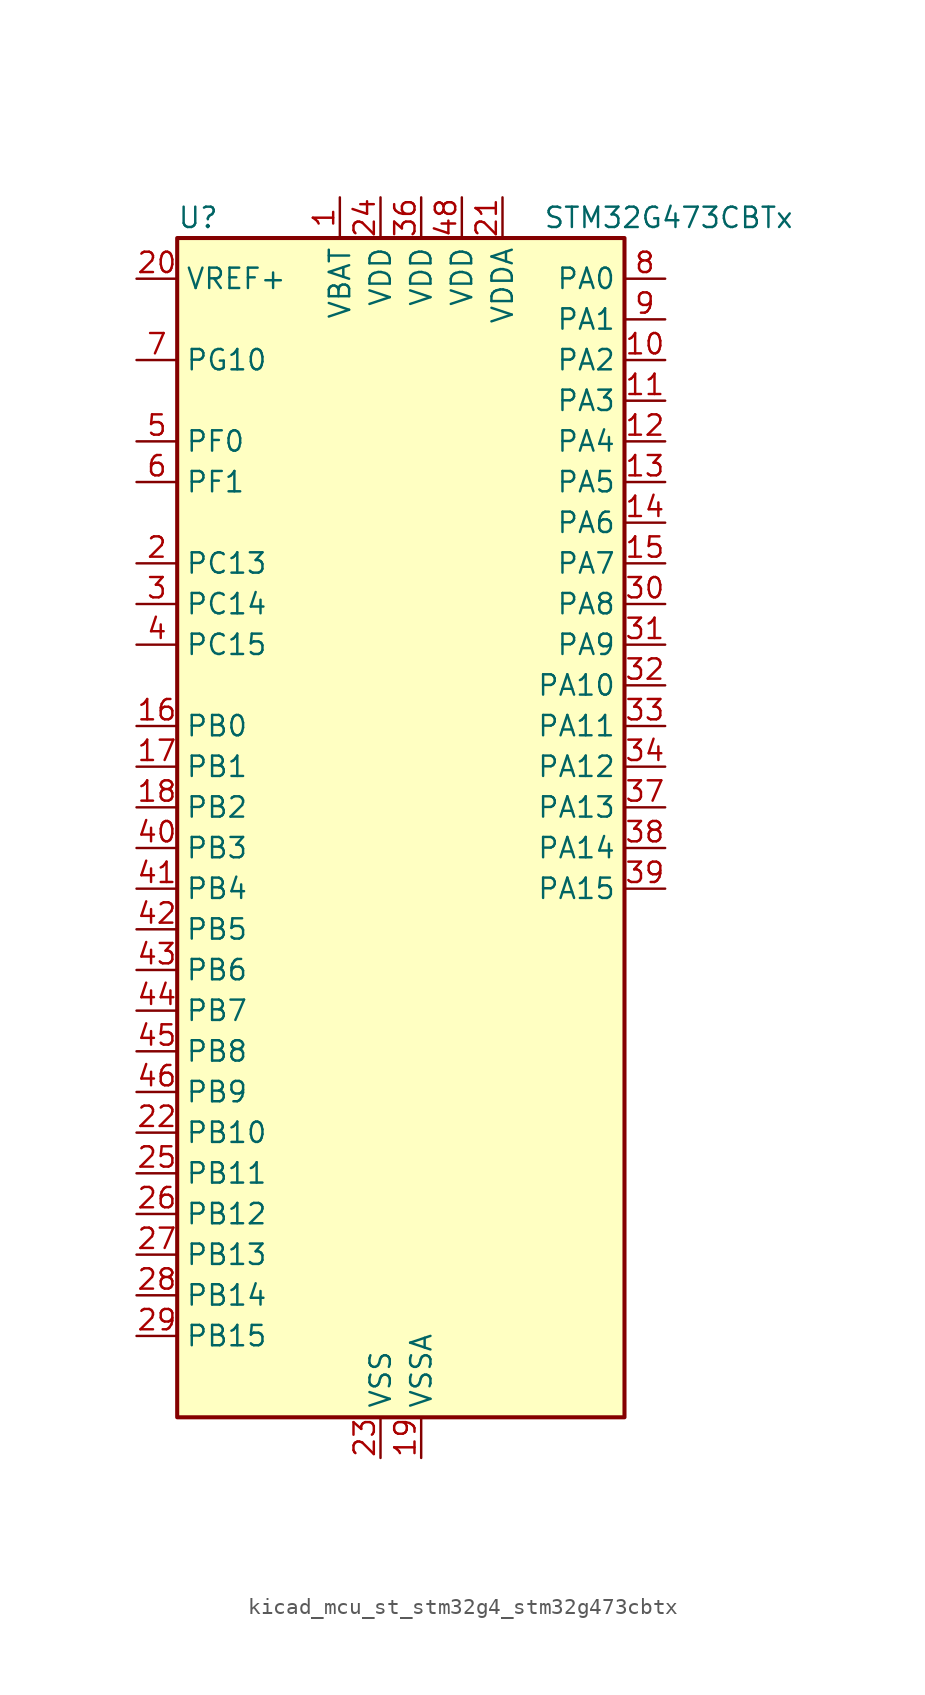
<source format=kicad_sym>
(kicad_symbol_lib
  (version 20220914)
  (generator kicad_symbol_editor)
  (symbol "kicad_mcu_st_stm32g4_stm32g473cbtx"
    (property "Reference" "U"
      (at -12.7 39.37 0)
      (effects (font (size 1.27 1.27)) (justify left)))
    (property "Value" "STM32G473CBTx"
      (at 10.16 39.37 0)
      (effects (font (size 1.27 1.27)) (justify left)))
    (property "ki_locked" ""
      (at 0 0 0)
      (effects (font (size 1.27 1.27))))
    (symbol "kicad_mcu_st_stm32g4_stm32g473cbtx_0_1"
      (rectangle (start -12.7 -35.56) (end 15.24 38.1) (stroke (width 0.254) (type default)) (fill (type background))))
    (symbol "kicad_mcu_st_stm32g4_stm32g473cbtx_1_1"
      (pin power_in line (at -2.54 40.64 270) (length 2.54) (name "VBAT" (effects (font (size 1.27 1.27)))) (number "1" (effects (font (size 1.27 1.27)))))
      (pin bidirectional line (at 17.78 30.48 180) (length 2.54) (name "PA2" (effects (font (size 1.27 1.27)))) (number "10" (effects (font (size 1.27 1.27)))) (alternate "ADC1_IN3" bidirectional line) (alternate "ADC3_EXTI2" bidirectional line) (alternate "ADC4_EXTI2" bidirectional line) (alternate "ADC5_EXTI2" bidirectional line) (alternate "COMP2_INM" bidirectional line) (alternate "COMP2_OUT" bidirectional line) (alternate "LPUART1_TX" bidirectional line) (alternate "OPAMP1_VOUT" bidirectional line) (alternate "QUADSPI1_BK1_NCS" bidirectional line) (alternate "RCC_LSCO" bidirectional line) (alternate "SYS_WKUP4" bidirectional line) (alternate "TIM15_CH1" bidirectional line) (alternate "TIM2_CH3" bidirectional line) (alternate "TIM5_CH3" bidirectional line) (alternate "UCPD1_FRSTX1" bidirectional line) (alternate "UCPD1_FRSTX2" bidirectional line) (alternate "USART2_TX" bidirectional line))
      (pin bidirectional line (at 17.78 27.94 180) (length 2.54) (name "PA3" (effects (font (size 1.27 1.27)))) (number "11" (effects (font (size 1.27 1.27)))) (alternate "ADC1_IN4" bidirectional line) (alternate "ADC3_EXTI3" bidirectional line) (alternate "ADC4_EXTI3" bidirectional line) (alternate "ADC5_EXTI3" bidirectional line) (alternate "COMP2_INP" bidirectional line) (alternate "LPUART1_RX" bidirectional line) (alternate "OPAMP1_VINM" bidirectional line) (alternate "OPAMP1_VINM0" bidirectional line) (alternate "OPAMP1_VINM_SEC" bidirectional line) (alternate "OPAMP1_VINP" bidirectional line) (alternate "OPAMP1_VINP_SEC" bidirectional line) (alternate "OPAMP5_VINM" bidirectional line) (alternate "OPAMP5_VINM1" bidirectional line) (alternate "OPAMP5_VINM_SEC" bidirectional line) (alternate "QUADSPI1_CLK" bidirectional line) (alternate "SAI1_CK1" bidirectional line) (alternate "SAI1_MCLK_A" bidirectional line) (alternate "TIM15_CH2" bidirectional line) (alternate "TIM2_CH4" bidirectional line) (alternate "TIM5_CH4" bidirectional line) (alternate "USART2_RX" bidirectional line))
      (pin bidirectional line (at 17.78 25.4 180) (length 2.54) (name "PA4" (effects (font (size 1.27 1.27)))) (number "12" (effects (font (size 1.27 1.27)))) (alternate "ADC2_IN17" bidirectional line) (alternate "COMP1_INM" bidirectional line) (alternate "DAC1_OUT1" bidirectional line) (alternate "I2S3_WS" bidirectional line) (alternate "SAI1_FS_B" bidirectional line) (alternate "SPI1_NSS" bidirectional line) (alternate "SPI3_NSS" bidirectional line) (alternate "TIM3_CH2" bidirectional line) (alternate "USART2_CK" bidirectional line))
      (pin bidirectional line (at 17.78 22.86 180) (length 2.54) (name "PA5" (effects (font (size 1.27 1.27)))) (number "13" (effects (font (size 1.27 1.27)))) (alternate "ADC2_IN13" bidirectional line) (alternate "COMP2_INM" bidirectional line) (alternate "DAC1_OUT2" bidirectional line) (alternate "OPAMP2_VINM" bidirectional line) (alternate "OPAMP2_VINM0" bidirectional line) (alternate "OPAMP2_VINM_SEC" bidirectional line) (alternate "SPI1_SCK" bidirectional line) (alternate "TIM2_CH1" bidirectional line) (alternate "TIM2_ETR" bidirectional line) (alternate "UCPD1_FRSTX1" bidirectional line) (alternate "UCPD1_FRSTX2" bidirectional line))
      (pin bidirectional line (at 17.78 20.32 180) (length 2.54) (name "PA6" (effects (font (size 1.27 1.27)))) (number "14" (effects (font (size 1.27 1.27)))) (alternate "ADC2_IN3" bidirectional line) (alternate "COMP1_OUT" bidirectional line) (alternate "DAC2_OUT1" bidirectional line) (alternate "LPUART1_CTS" bidirectional line) (alternate "OPAMP2_VOUT" bidirectional line) (alternate "QUADSPI1_BK1_IO3" bidirectional line) (alternate "SPI1_MISO" bidirectional line) (alternate "TIM16_CH1" bidirectional line) (alternate "TIM1_BKIN" bidirectional line) (alternate "TIM3_CH1" bidirectional line) (alternate "TIM8_BKIN" bidirectional line))
      (pin bidirectional line (at 17.78 17.78 180) (length 2.54) (name "PA7" (effects (font (size 1.27 1.27)))) (number "15" (effects (font (size 1.27 1.27)))) (alternate "ADC2_IN4" bidirectional line) (alternate "COMP2_INP" bidirectional line) (alternate "COMP2_OUT" bidirectional line) (alternate "OPAMP1_VINP" bidirectional line) (alternate "OPAMP1_VINP_SEC" bidirectional line) (alternate "OPAMP2_VINP" bidirectional line) (alternate "OPAMP2_VINP_SEC" bidirectional line) (alternate "QUADSPI1_BK1_IO2" bidirectional line) (alternate "SPI1_MOSI" bidirectional line) (alternate "TIM17_CH1" bidirectional line) (alternate "TIM1_CH1N" bidirectional line) (alternate "TIM3_CH2" bidirectional line) (alternate "TIM8_CH1N" bidirectional line) (alternate "UCPD1_FRSTX1" bidirectional line) (alternate "UCPD1_FRSTX2" bidirectional line))
      (pin bidirectional line (at -15.24 7.62 0) (length 2.54) (name "PB0" (effects (font (size 1.27 1.27)))) (number "16" (effects (font (size 1.27 1.27)))) (alternate "ADC1_IN15" bidirectional line) (alternate "ADC3_IN12" bidirectional line) (alternate "COMP4_INP" bidirectional line) (alternate "OPAMP2_VINP" bidirectional line) (alternate "OPAMP2_VINP_SEC" bidirectional line) (alternate "OPAMP3_VINP" bidirectional line) (alternate "OPAMP3_VINP_SEC" bidirectional line) (alternate "QUADSPI1_BK1_IO1" bidirectional line) (alternate "TIM1_CH2N" bidirectional line) (alternate "TIM3_CH3" bidirectional line) (alternate "TIM8_CH2N" bidirectional line) (alternate "UCPD1_FRSTX1" bidirectional line) (alternate "UCPD1_FRSTX2" bidirectional line))
      (pin bidirectional line (at -15.24 5.08 0) (length 2.54) (name "PB1" (effects (font (size 1.27 1.27)))) (number "17" (effects (font (size 1.27 1.27)))) (alternate "ADC1_IN12" bidirectional line) (alternate "ADC3_IN1" bidirectional line) (alternate "COMP1_INP" bidirectional line) (alternate "COMP4_OUT" bidirectional line) (alternate "LPUART1_DE" bidirectional line) (alternate "LPUART1_RTS" bidirectional line) (alternate "OPAMP3_VOUT" bidirectional line) (alternate "OPAMP6_VINM" bidirectional line) (alternate "OPAMP6_VINM1" bidirectional line) (alternate "OPAMP6_VINM_SEC" bidirectional line) (alternate "QUADSPI1_BK1_IO0" bidirectional line) (alternate "TIM1_CH3N" bidirectional line) (alternate "TIM3_CH4" bidirectional line) (alternate "TIM8_CH3N" bidirectional line))
      (pin bidirectional line (at -15.24 2.54 0) (length 2.54) (name "PB2" (effects (font (size 1.27 1.27)))) (number "18" (effects (font (size 1.27 1.27)))) (alternate "ADC2_IN12" bidirectional line) (alternate "ADC3_EXTI2" bidirectional line) (alternate "ADC4_EXTI2" bidirectional line) (alternate "ADC5_EXTI2" bidirectional line) (alternate "COMP4_INM" bidirectional line) (alternate "I2C3_SMBA" bidirectional line) (alternate "LPTIM1_OUT" bidirectional line) (alternate "OPAMP3_VINM" bidirectional line) (alternate "OPAMP3_VINM0" bidirectional line) (alternate "OPAMP3_VINM_SEC" bidirectional line) (alternate "QUADSPI1_BK2_IO1" bidirectional line) (alternate "RTC_OUT2" bidirectional line) (alternate "TIM20_CH1" bidirectional line) (alternate "TIM5_CH1" bidirectional line))
      (pin power_in line (at 2.54 -38.1 90) (length 2.54) (name "VSSA" (effects (font (size 1.27 1.27)))) (number "19" (effects (font (size 1.27 1.27)))))
      (pin bidirectional line (at -15.24 17.78 0) (length 2.54) (name "PC13" (effects (font (size 1.27 1.27)))) (number "2" (effects (font (size 1.27 1.27)))) (alternate "RTC_OUT1" bidirectional line) (alternate "RTC_TAMP1" bidirectional line) (alternate "RTC_TS" bidirectional line) (alternate "SYS_WKUP2" bidirectional line) (alternate "TIM1_BKIN" bidirectional line) (alternate "TIM1_CH1N" bidirectional line) (alternate "TIM8_CH4N" bidirectional line))
      (pin input line (at -15.24 35.56 0) (length 2.54) (name "VREF+" (effects (font (size 1.27 1.27)))) (number "20" (effects (font (size 1.27 1.27)))) (alternate "VREFBUF_OUT" bidirectional line))
      (pin power_in line (at 7.62 40.64 270) (length 2.54) (name "VDDA" (effects (font (size 1.27 1.27)))) (number "21" (effects (font (size 1.27 1.27)))))
      (pin bidirectional line (at -15.24 -17.78 0) (length 2.54) (name "PB10" (effects (font (size 1.27 1.27)))) (number "22" (effects (font (size 1.27 1.27)))) (alternate "COMP5_INM" bidirectional line) (alternate "DAC1_EXTI10" bidirectional line) (alternate "DAC2_EXTI10" bidirectional line) (alternate "DAC3_EXTI10" bidirectional line) (alternate "DAC4_EXTI10" bidirectional line) (alternate "LPUART1_RX" bidirectional line) (alternate "OPAMP3_VINM" bidirectional line) (alternate "OPAMP3_VINM1" bidirectional line) (alternate "OPAMP3_VINM_SEC" bidirectional line) (alternate "OPAMP4_VINM" bidirectional line) (alternate "OPAMP4_VINM0" bidirectional line) (alternate "OPAMP4_VINM_SEC" bidirectional line) (alternate "QUADSPI1_CLK" bidirectional line) (alternate "SAI1_SCK_A" bidirectional line) (alternate "TIM1_BKIN" bidirectional line) (alternate "TIM2_CH3" bidirectional line) (alternate "USART3_TX" bidirectional line))
      (pin power_in line (at 0 -38.1 90) (length 2.54) (name "VSS" (effects (font (size 1.27 1.27)))) (number "23" (effects (font (size 1.27 1.27)))))
      (pin power_in line (at 0 40.64 270) (length 2.54) (name "VDD" (effects (font (size 1.27 1.27)))) (number "24" (effects (font (size 1.27 1.27)))))
      (pin bidirectional line (at -15.24 -20.32 0) (length 2.54) (name "PB11" (effects (font (size 1.27 1.27)))) (number "25" (effects (font (size 1.27 1.27)))) (alternate "ADC1_EXTI11" bidirectional line) (alternate "ADC1_IN14" bidirectional line) (alternate "ADC2_EXTI11" bidirectional line) (alternate "ADC2_IN14" bidirectional line) (alternate "COMP6_INP" bidirectional line) (alternate "LPUART1_TX" bidirectional line) (alternate "OPAMP4_VINP" bidirectional line) (alternate "OPAMP4_VINP_SEC" bidirectional line) (alternate "OPAMP6_VOUT" bidirectional line) (alternate "QUADSPI1_BK1_NCS" bidirectional line) (alternate "TIM2_CH4" bidirectional line) (alternate "USART3_RX" bidirectional line))
      (pin bidirectional line (at -15.24 -22.86 0) (length 2.54) (name "PB12" (effects (font (size 1.27 1.27)))) (number "26" (effects (font (size 1.27 1.27)))) (alternate "ADC1_IN11" bidirectional line) (alternate "ADC4_IN3" bidirectional line) (alternate "COMP7_INM" bidirectional line) (alternate "FDCAN2_RX" bidirectional line) (alternate "I2C2_SMBA" bidirectional line) (alternate "I2S2_WS" bidirectional line) (alternate "LPUART1_DE" bidirectional line) (alternate "LPUART1_RTS" bidirectional line) (alternate "OPAMP4_VOUT" bidirectional line) (alternate "OPAMP6_VINP" bidirectional line) (alternate "OPAMP6_VINP_SEC" bidirectional line) (alternate "SPI2_NSS" bidirectional line) (alternate "TIM1_BKIN" bidirectional line) (alternate "TIM5_ETR" bidirectional line) (alternate "USART3_CK" bidirectional line))
      (pin bidirectional line (at -15.24 -25.4 0) (length 2.54) (name "PB13" (effects (font (size 1.27 1.27)))) (number "27" (effects (font (size 1.27 1.27)))) (alternate "ADC3_IN5" bidirectional line) (alternate "COMP5_INP" bidirectional line) (alternate "FDCAN2_TX" bidirectional line) (alternate "I2S2_CK" bidirectional line) (alternate "LPUART1_CTS" bidirectional line) (alternate "OPAMP3_VINP" bidirectional line) (alternate "OPAMP3_VINP_SEC" bidirectional line) (alternate "OPAMP4_VINP" bidirectional line) (alternate "OPAMP4_VINP_SEC" bidirectional line) (alternate "OPAMP6_VINP" bidirectional line) (alternate "OPAMP6_VINP_SEC" bidirectional line) (alternate "SPI2_SCK" bidirectional line) (alternate "TIM1_CH1N" bidirectional line) (alternate "USART3_CTS" bidirectional line) (alternate "USART3_NSS" bidirectional line))
      (pin bidirectional line (at -15.24 -27.94 0) (length 2.54) (name "PB14" (effects (font (size 1.27 1.27)))) (number "28" (effects (font (size 1.27 1.27)))) (alternate "ADC1_IN5" bidirectional line) (alternate "ADC4_IN4" bidirectional line) (alternate "COMP4_OUT" bidirectional line) (alternate "COMP7_INP" bidirectional line) (alternate "OPAMP2_VINP" bidirectional line) (alternate "OPAMP2_VINP_SEC" bidirectional line) (alternate "OPAMP5_VINP" bidirectional line) (alternate "OPAMP5_VINP_SEC" bidirectional line) (alternate "SPI2_MISO" bidirectional line) (alternate "TIM15_CH1" bidirectional line) (alternate "TIM1_CH2N" bidirectional line) (alternate "USART3_DE" bidirectional line) (alternate "USART3_RTS" bidirectional line))
      (pin bidirectional line (at -15.24 -30.48 0) (length 2.54) (name "PB15" (effects (font (size 1.27 1.27)))) (number "29" (effects (font (size 1.27 1.27)))) (alternate "ADC1_EXTI15" bidirectional line) (alternate "ADC2_EXTI15" bidirectional line) (alternate "ADC2_IN15" bidirectional line) (alternate "ADC4_IN5" bidirectional line) (alternate "COMP3_OUT" bidirectional line) (alternate "COMP6_INM" bidirectional line) (alternate "I2S2_SD" bidirectional line) (alternate "OPAMP5_VINM" bidirectional line) (alternate "OPAMP5_VINM0" bidirectional line) (alternate "OPAMP5_VINM_SEC" bidirectional line) (alternate "RTC_REFIN" bidirectional line) (alternate "SPI2_MOSI" bidirectional line) (alternate "TIM15_CH1N" bidirectional line) (alternate "TIM15_CH2" bidirectional line) (alternate "TIM1_CH3N" bidirectional line))
      (pin bidirectional line (at -15.24 15.24 0) (length 2.54) (name "PC14" (effects (font (size 1.27 1.27)))) (number "3" (effects (font (size 1.27 1.27)))) (alternate "RCC_OSC32_IN" bidirectional line))
      (pin bidirectional line (at 17.78 15.24 180) (length 2.54) (name "PA8" (effects (font (size 1.27 1.27)))) (number "30" (effects (font (size 1.27 1.27)))) (alternate "ADC5_IN1" bidirectional line) (alternate "COMP7_OUT" bidirectional line) (alternate "FDCAN3_RX" bidirectional line) (alternate "I2C2_SDA" bidirectional line) (alternate "I2C3_SCL" bidirectional line) (alternate "I2S2_MCK" bidirectional line) (alternate "OPAMP5_VOUT" bidirectional line) (alternate "RCC_MCO" bidirectional line) (alternate "SAI1_CK2" bidirectional line) (alternate "SAI1_SCK_A" bidirectional line) (alternate "TIM1_CH1" bidirectional line) (alternate "TIM4_ETR" bidirectional line) (alternate "USART1_CK" bidirectional line))
      (pin bidirectional line (at 17.78 12.7 180) (length 2.54) (name "PA9" (effects (font (size 1.27 1.27)))) (number "31" (effects (font (size 1.27 1.27)))) (alternate "ADC5_IN2" bidirectional line) (alternate "COMP5_OUT" bidirectional line) (alternate "DAC1_EXTI9" bidirectional line) (alternate "DAC2_EXTI9" bidirectional line) (alternate "DAC3_EXTI9" bidirectional line) (alternate "DAC4_EXTI9" bidirectional line) (alternate "I2C2_SCL" bidirectional line) (alternate "I2C3_SMBA" bidirectional line) (alternate "I2S3_MCK" bidirectional line) (alternate "SAI1_FS_A" bidirectional line) (alternate "TIM15_BKIN" bidirectional line) (alternate "TIM1_CH2" bidirectional line) (alternate "TIM2_CH3" bidirectional line) (alternate "UCPD1_DBCC1" bidirectional line) (alternate "USART1_TX" bidirectional line))
      (pin bidirectional line (at 17.78 10.16 180) (length 2.54) (name "PA10" (effects (font (size 1.27 1.27)))) (number "32" (effects (font (size 1.27 1.27)))) (alternate "COMP6_OUT" bidirectional line) (alternate "CRS_SYNC" bidirectional line) (alternate "DAC1_EXTI10" bidirectional line) (alternate "DAC2_EXTI10" bidirectional line) (alternate "DAC3_EXTI10" bidirectional line) (alternate "DAC4_EXTI10" bidirectional line) (alternate "I2C2_SMBA" bidirectional line) (alternate "SAI1_D1" bidirectional line) (alternate "SAI1_SD_A" bidirectional line) (alternate "SPI2_MISO" bidirectional line) (alternate "TIM17_BKIN" bidirectional line) (alternate "TIM1_CH3" bidirectional line) (alternate "TIM2_CH4" bidirectional line) (alternate "TIM8_BKIN" bidirectional line) (alternate "UCPD1_DBCC2" bidirectional line) (alternate "USART1_RX" bidirectional line))
      (pin bidirectional line (at 17.78 7.62 180) (length 2.54) (name "PA11" (effects (font (size 1.27 1.27)))) (number "33" (effects (font (size 1.27 1.27)))) (alternate "ADC1_EXTI11" bidirectional line) (alternate "ADC2_EXTI11" bidirectional line) (alternate "COMP1_OUT" bidirectional line) (alternate "FDCAN1_RX" bidirectional line) (alternate "I2S2_SD" bidirectional line) (alternate "SPI2_MOSI" bidirectional line) (alternate "TIM1_BKIN2" bidirectional line) (alternate "TIM1_CH1N" bidirectional line) (alternate "TIM1_CH4" bidirectional line) (alternate "TIM4_CH1" bidirectional line) (alternate "USART1_CTS" bidirectional line) (alternate "USART1_NSS" bidirectional line) (alternate "USB_DM" bidirectional line))
      (pin bidirectional line (at 17.78 5.08 180) (length 2.54) (name "PA12" (effects (font (size 1.27 1.27)))) (number "34" (effects (font (size 1.27 1.27)))) (alternate "COMP2_OUT" bidirectional line) (alternate "FDCAN1_TX" bidirectional line) (alternate "I2S_CKIN" bidirectional line) (alternate "TIM16_CH1" bidirectional line) (alternate "TIM1_CH2N" bidirectional line) (alternate "TIM1_ETR" bidirectional line) (alternate "TIM4_CH2" bidirectional line) (alternate "USART1_DE" bidirectional line) (alternate "USART1_RTS" bidirectional line) (alternate "USB_DP" bidirectional line))
      (pin passive line (at 0 -38.1 90) (length 2.54) hide (name "VSS" (effects (font (size 1.27 1.27)))) (number "35" (effects (font (size 1.27 1.27)))))
      (pin power_in line (at 2.54 40.64 270) (length 2.54) (name "VDD" (effects (font (size 1.27 1.27)))) (number "36" (effects (font (size 1.27 1.27)))))
      (pin bidirectional line (at 17.78 2.54 180) (length 2.54) (name "PA13" (effects (font (size 1.27 1.27)))) (number "37" (effects (font (size 1.27 1.27)))) (alternate "I2C1_SCL" bidirectional line) (alternate "I2C4_SCL" bidirectional line) (alternate "IR_OUT" bidirectional line) (alternate "SAI1_SD_B" bidirectional line) (alternate "SYS_JTMS-SWDIO" bidirectional line) (alternate "TIM16_CH1N" bidirectional line) (alternate "TIM4_CH3" bidirectional line) (alternate "USART3_CTS" bidirectional line) (alternate "USART3_NSS" bidirectional line))
      (pin bidirectional line (at 17.78 0 180) (length 2.54) (name "PA14" (effects (font (size 1.27 1.27)))) (number "38" (effects (font (size 1.27 1.27)))) (alternate "I2C1_SDA" bidirectional line) (alternate "I2C4_SMBA" bidirectional line) (alternate "LPTIM1_OUT" bidirectional line) (alternate "SAI1_FS_B" bidirectional line) (alternate "SYS_JTCK-SWCLK" bidirectional line) (alternate "TIM1_BKIN" bidirectional line) (alternate "TIM8_CH2" bidirectional line) (alternate "USART2_TX" bidirectional line))
      (pin bidirectional line (at 17.78 -2.54 180) (length 2.54) (name "PA15" (effects (font (size 1.27 1.27)))) (number "39" (effects (font (size 1.27 1.27)))) (alternate "ADC1_EXTI15" bidirectional line) (alternate "ADC2_EXTI15" bidirectional line) (alternate "FDCAN3_TX" bidirectional line) (alternate "I2C1_SCL" bidirectional line) (alternate "I2S3_WS" bidirectional line) (alternate "SPI1_NSS" bidirectional line) (alternate "SPI3_NSS" bidirectional line) (alternate "SYS_JTDI" bidirectional line) (alternate "TIM1_BKIN" bidirectional line) (alternate "TIM2_CH1" bidirectional line) (alternate "TIM2_ETR" bidirectional line) (alternate "TIM8_CH1" bidirectional line) (alternate "USART2_RX" bidirectional line))
      (pin bidirectional line (at -15.24 12.7 0) (length 2.54) (name "PC15" (effects (font (size 1.27 1.27)))) (number "4" (effects (font (size 1.27 1.27)))) (alternate "ADC1_EXTI15" bidirectional line) (alternate "ADC2_EXTI15" bidirectional line) (alternate "RCC_OSC32_OUT" bidirectional line))
      (pin bidirectional line (at -15.24 0 0) (length 2.54) (name "PB3" (effects (font (size 1.27 1.27)))) (number "40" (effects (font (size 1.27 1.27)))) (alternate "ADC3_EXTI3" bidirectional line) (alternate "ADC4_EXTI3" bidirectional line) (alternate "ADC5_EXTI3" bidirectional line) (alternate "CRS_SYNC" bidirectional line) (alternate "FDCAN3_RX" bidirectional line) (alternate "I2S3_CK" bidirectional line) (alternate "SAI1_SCK_B" bidirectional line) (alternate "SPI1_SCK" bidirectional line) (alternate "SPI3_SCK" bidirectional line) (alternate "SYS_JTDO-SWO" bidirectional line) (alternate "TIM2_CH2" bidirectional line) (alternate "TIM3_ETR" bidirectional line) (alternate "TIM4_ETR" bidirectional line) (alternate "TIM8_CH1N" bidirectional line) (alternate "USART2_TX" bidirectional line))
      (pin bidirectional line (at -15.24 -2.54 0) (length 2.54) (name "PB4" (effects (font (size 1.27 1.27)))) (number "41" (effects (font (size 1.27 1.27)))) (alternate "FDCAN3_TX" bidirectional line) (alternate "SAI1_MCLK_B" bidirectional line) (alternate "SPI1_MISO" bidirectional line) (alternate "SPI3_MISO" bidirectional line) (alternate "SYS_JTRST" bidirectional line) (alternate "TIM16_CH1" bidirectional line) (alternate "TIM17_BKIN" bidirectional line) (alternate "TIM3_CH1" bidirectional line) (alternate "TIM8_CH2N" bidirectional line) (alternate "UCPD1_CC2" bidirectional line) (alternate "USART2_RX" bidirectional line))
      (pin bidirectional line (at -15.24 -5.08 0) (length 2.54) (name "PB5" (effects (font (size 1.27 1.27)))) (number "42" (effects (font (size 1.27 1.27)))) (alternate "FDCAN2_RX" bidirectional line) (alternate "I2C1_SMBA" bidirectional line) (alternate "I2C3_SDA" bidirectional line) (alternate "I2S3_SD" bidirectional line) (alternate "LPTIM1_IN1" bidirectional line) (alternate "SAI1_SD_B" bidirectional line) (alternate "SPI1_MOSI" bidirectional line) (alternate "SPI3_MOSI" bidirectional line) (alternate "TIM16_BKIN" bidirectional line) (alternate "TIM17_CH1" bidirectional line) (alternate "TIM3_CH2" bidirectional line) (alternate "TIM8_CH3N" bidirectional line) (alternate "USART2_CK" bidirectional line))
      (pin bidirectional line (at -15.24 -7.62 0) (length 2.54) (name "PB6" (effects (font (size 1.27 1.27)))) (number "43" (effects (font (size 1.27 1.27)))) (alternate "COMP4_OUT" bidirectional line) (alternate "FDCAN2_TX" bidirectional line) (alternate "LPTIM1_ETR" bidirectional line) (alternate "SAI1_FS_B" bidirectional line) (alternate "TIM16_CH1N" bidirectional line) (alternate "TIM4_CH1" bidirectional line) (alternate "TIM8_BKIN2" bidirectional line) (alternate "TIM8_CH1" bidirectional line) (alternate "TIM8_ETR" bidirectional line) (alternate "UCPD1_CC1" bidirectional line) (alternate "USART1_TX" bidirectional line))
      (pin bidirectional line (at -15.24 -10.16 0) (length 2.54) (name "PB7" (effects (font (size 1.27 1.27)))) (number "44" (effects (font (size 1.27 1.27)))) (alternate "COMP3_OUT" bidirectional line) (alternate "I2C1_SDA" bidirectional line) (alternate "I2C4_SDA" bidirectional line) (alternate "LPTIM1_IN2" bidirectional line) (alternate "SYS_PVD_IN" bidirectional line) (alternate "TIM17_CH1N" bidirectional line) (alternate "TIM3_CH4" bidirectional line) (alternate "TIM4_CH2" bidirectional line) (alternate "TIM8_BKIN" bidirectional line) (alternate "USART1_RX" bidirectional line))
      (pin bidirectional line (at -15.24 -12.7 0) (length 2.54) (name "PB8" (effects (font (size 1.27 1.27)))) (number "45" (effects (font (size 1.27 1.27)))) (alternate "COMP1_OUT" bidirectional line) (alternate "FDCAN1_RX" bidirectional line) (alternate "I2C1_SCL" bidirectional line) (alternate "SAI1_CK1" bidirectional line) (alternate "SAI1_MCLK_A" bidirectional line) (alternate "TIM16_CH1" bidirectional line) (alternate "TIM1_BKIN" bidirectional line) (alternate "TIM4_CH3" bidirectional line) (alternate "TIM8_CH2" bidirectional line) (alternate "USART3_RX" bidirectional line))
      (pin bidirectional line (at -15.24 -15.24 0) (length 2.54) (name "PB9" (effects (font (size 1.27 1.27)))) (number "46" (effects (font (size 1.27 1.27)))) (alternate "COMP2_OUT" bidirectional line) (alternate "DAC1_EXTI9" bidirectional line) (alternate "DAC2_EXTI9" bidirectional line) (alternate "DAC3_EXTI9" bidirectional line) (alternate "DAC4_EXTI9" bidirectional line) (alternate "FDCAN1_TX" bidirectional line) (alternate "I2C1_SDA" bidirectional line) (alternate "IR_OUT" bidirectional line) (alternate "SAI1_D2" bidirectional line) (alternate "SAI1_FS_A" bidirectional line) (alternate "TIM17_CH1" bidirectional line) (alternate "TIM1_CH3N" bidirectional line) (alternate "TIM4_CH4" bidirectional line) (alternate "TIM8_CH3" bidirectional line) (alternate "USART3_TX" bidirectional line))
      (pin passive line (at 0 -38.1 90) (length 2.54) hide (name "VSS" (effects (font (size 1.27 1.27)))) (number "47" (effects (font (size 1.27 1.27)))))
      (pin power_in line (at 5.08 40.64 270) (length 2.54) (name "VDD" (effects (font (size 1.27 1.27)))) (number "48" (effects (font (size 1.27 1.27)))))
      (pin bidirectional line (at -15.24 25.4 0) (length 2.54) (name "PF0" (effects (font (size 1.27 1.27)))) (number "5" (effects (font (size 1.27 1.27)))) (alternate "ADC1_IN10" bidirectional line) (alternate "I2C2_SDA" bidirectional line) (alternate "I2S2_WS" bidirectional line) (alternate "RCC_OSC_IN" bidirectional line) (alternate "SPI2_NSS" bidirectional line) (alternate "TIM1_CH3N" bidirectional line))
      (pin bidirectional line (at -15.24 22.86 0) (length 2.54) (name "PF1" (effects (font (size 1.27 1.27)))) (number "6" (effects (font (size 1.27 1.27)))) (alternate "ADC2_IN10" bidirectional line) (alternate "COMP3_INM" bidirectional line) (alternate "I2S2_CK" bidirectional line) (alternate "RCC_OSC_OUT" bidirectional line) (alternate "SPI2_SCK" bidirectional line))
      (pin bidirectional line (at -15.24 30.48 0) (length 2.54) (name "PG10" (effects (font (size 1.27 1.27)))) (number "7" (effects (font (size 1.27 1.27)))) (alternate "DAC1_EXTI10" bidirectional line) (alternate "DAC2_EXTI10" bidirectional line) (alternate "DAC3_EXTI10" bidirectional line) (alternate "DAC4_EXTI10" bidirectional line) (alternate "RCC_MCO" bidirectional line))
      (pin bidirectional line (at 17.78 35.56 180) (length 2.54) (name "PA0" (effects (font (size 1.27 1.27)))) (number "8" (effects (font (size 1.27 1.27)))) (alternate "ADC1_IN1" bidirectional line) (alternate "ADC2_IN1" bidirectional line) (alternate "COMP1_INM" bidirectional line) (alternate "COMP1_OUT" bidirectional line) (alternate "COMP3_INP" bidirectional line) (alternate "RTC_TAMP2" bidirectional line) (alternate "SYS_WKUP1" bidirectional line) (alternate "TIM2_CH1" bidirectional line) (alternate "TIM2_ETR" bidirectional line) (alternate "TIM5_CH1" bidirectional line) (alternate "TIM8_BKIN" bidirectional line) (alternate "TIM8_ETR" bidirectional line) (alternate "USART2_CTS" bidirectional line) (alternate "USART2_NSS" bidirectional line))
      (pin bidirectional line (at 17.78 33.02 180) (length 2.54) (name "PA1" (effects (font (size 1.27 1.27)))) (number "9" (effects (font (size 1.27 1.27)))) (alternate "ADC1_IN2" bidirectional line) (alternate "ADC2_IN2" bidirectional line) (alternate "COMP1_INP" bidirectional line) (alternate "OPAMP1_VINP" bidirectional line) (alternate "OPAMP1_VINP_SEC" bidirectional line) (alternate "OPAMP3_VINP" bidirectional line) (alternate "OPAMP3_VINP_SEC" bidirectional line) (alternate "OPAMP6_VINM" bidirectional line) (alternate "OPAMP6_VINM0" bidirectional line) (alternate "OPAMP6_VINM_SEC" bidirectional line) (alternate "RTC_REFIN" bidirectional line) (alternate "TIM15_CH1N" bidirectional line) (alternate "TIM2_CH2" bidirectional line) (alternate "TIM5_CH2" bidirectional line) (alternate "USART2_DE" bidirectional line) (alternate "USART2_RTS" bidirectional line)))))
</source>
